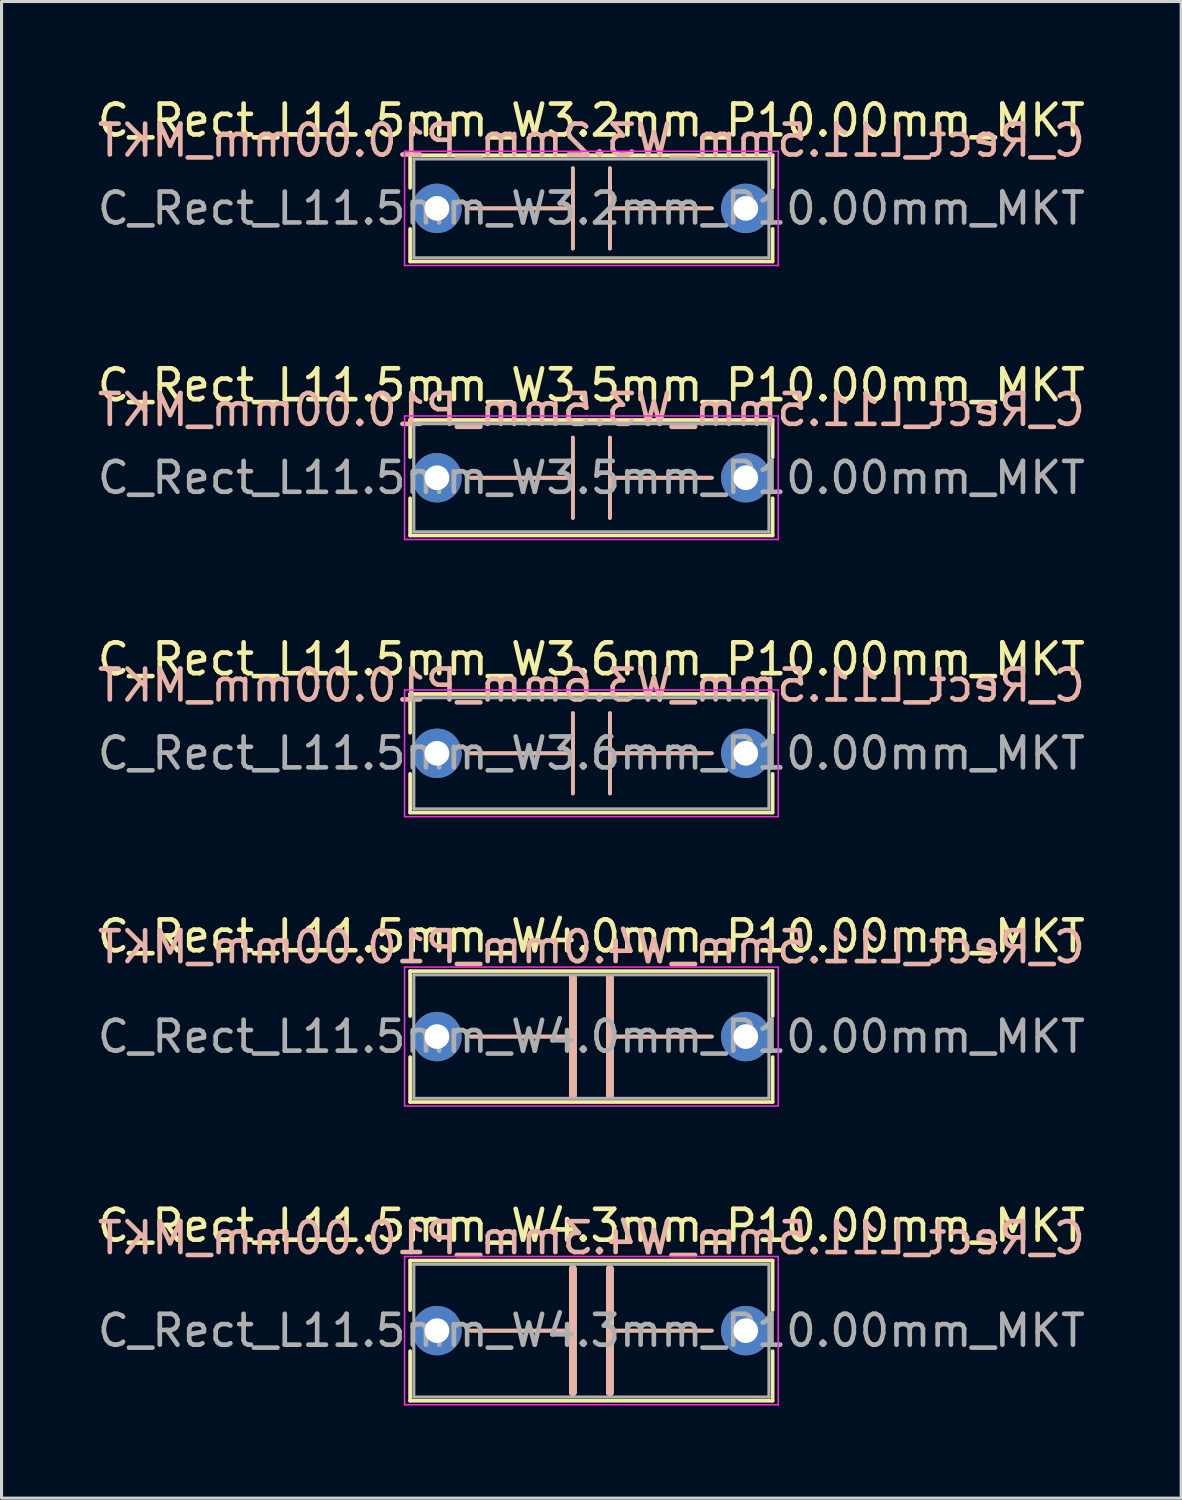
<source format=kicad_pcb>
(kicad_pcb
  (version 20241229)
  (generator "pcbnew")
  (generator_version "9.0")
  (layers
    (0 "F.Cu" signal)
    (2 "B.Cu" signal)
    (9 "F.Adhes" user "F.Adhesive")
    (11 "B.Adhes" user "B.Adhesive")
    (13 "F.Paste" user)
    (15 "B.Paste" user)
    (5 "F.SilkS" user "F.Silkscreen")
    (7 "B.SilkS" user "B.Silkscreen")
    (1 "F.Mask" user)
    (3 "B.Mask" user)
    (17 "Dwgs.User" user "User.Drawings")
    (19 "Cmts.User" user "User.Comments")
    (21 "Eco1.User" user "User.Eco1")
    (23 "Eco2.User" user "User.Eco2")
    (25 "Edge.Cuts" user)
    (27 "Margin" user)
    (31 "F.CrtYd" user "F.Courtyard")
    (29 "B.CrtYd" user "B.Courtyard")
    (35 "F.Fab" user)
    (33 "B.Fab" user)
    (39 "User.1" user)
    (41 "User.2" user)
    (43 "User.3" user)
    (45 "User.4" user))
  (footprint "C_Rect_L11.5mm_W3.5mm_P10.00mm_MKT"
    (layer "F.Cu")
    (at 11.101 12.421)
    (property "Reference" "C_Rect_L11.5mm_W3.5mm_P10.00mm_MKT" (at 5 -3 0) (layer "F.SilkS") (effects (font (size 1 1) (thickness 0.15))))
    (fp_line (start -0.87 -1.87) (end -0.87 -0.665) (stroke (width 0.12) (type solid)) (layer "F.SilkS"))
    (fp_line (start -0.87 -1.87) (end 10.87 -1.87) (stroke (width 0.12) (type solid)) (layer "F.SilkS"))
    (fp_line (start -0.87 0.665) (end -0.87 1.87) (stroke (width 0.12) (type solid)) (layer "F.SilkS"))
    (fp_line (start -0.87 1.87) (end 10.87 1.87) (stroke (width 0.12) (type solid)) (layer "F.SilkS"))
    (fp_line (start 1.1 0) (end 4.4 0) (stroke (width 0.12) (type solid)) (layer "F.SilkS"))
    (fp_line (start 4.4 1.3) (end 4.4 -1.3) (stroke (width 0.12) (type solid)) (layer "F.SilkS"))
    (fp_line (start 5.6 1.3) (end 5.6 -1.3) (stroke (width 0.12) (type solid)) (layer "F.SilkS"))
    (fp_line (start 8.9 0) (end 5.6 0) (stroke (width 0.12) (type solid)) (layer "F.SilkS"))
    (fp_line (start 10.87 -1.87) (end 10.87 -0.665) (stroke (width 0.12) (type solid)) (layer "F.SilkS"))
    (fp_line (start 10.87 0.665) (end 10.87 1.87) (stroke (width 0.12) (type solid)) (layer "F.SilkS"))
    (fp_line (start 1.1 0) (end 4.4 0) (stroke (width 0.12) (type solid)) (layer "B.SilkS"))
    (fp_line (start 4.4 -1.3) (end 4.4 1.3) (stroke (width 0.12) (type solid)) (layer "B.SilkS"))
    (fp_line (start 5.6 -1.3) (end 5.6 1.3) (stroke (width 0.12) (type solid)) (layer "B.SilkS"))
    (fp_line (start 8.9 0) (end 5.6 0) (stroke (width 0.12) (type solid)) (layer "B.SilkS"))
    (fp_line (start -1.05 -2) (end -1.05 2) (stroke (width 0.05) (type solid)) (layer "F.CrtYd"))
    (fp_line (start -1.05 2) (end 11.05 2) (stroke (width 0.05) (type solid)) (layer "F.CrtYd"))
    (fp_line (start 11.05 -2) (end -1.05 -2) (stroke (width 0.05) (type solid)) (layer "F.CrtYd"))
    (fp_line (start 11.05 2) (end 11.05 -2) (stroke (width 0.05) (type solid)) (layer "F.CrtYd"))
    (fp_line (start -0.75 -1.75) (end -0.75 1.75) (stroke (width 0.1) (type solid)) (layer "F.Fab"))
    (fp_line (start -0.75 1.75) (end 10.75 1.75) (stroke (width 0.1) (type solid)) (layer "F.Fab"))
    (fp_line (start 10.75 -1.75) (end -0.75 -1.75) (stroke (width 0.1) (type solid)) (layer "F.Fab"))
    (fp_line (start 10.75 1.75) (end 10.75 -1.75) (stroke (width 0.1) (type solid)) (layer "F.Fab"))
    (fp_text user "${REFERENCE}" (at 5 -2.2 0) (layer "B.SilkS") (effects (font (size 1 1) (thickness 0.15)) (justify mirror)))
    (fp_text user "${REFERENCE}" (at 5 0 0) (layer "F.Fab") (effects (font (size 1 1) (thickness 0.15))))
    (pad "1" thru_hole circle (at 0 0) (size 1.6 1.6) (drill 0.8) (layers "*.Cu" "*.Mask"))
    (pad "2" thru_hole circle (at 10 0) (size 1.6 1.6) (drill 0.8) (layers "*.Cu" "*.Mask")))
  (footprint "C_Rect_L11.5mm_W4.3mm_P10.00mm_MKT"
    (layer "F.Cu")
    (at 11.101 40.041)
    (property "Reference" "C_Rect_L11.5mm_W4.3mm_P10.00mm_MKT" (at 5 -3.4 0) (layer "F.SilkS") (effects (font (size 1 1) (thickness 0.15))))
    (fp_line (start -0.87 -2.27) (end -0.87 -0.665) (stroke (width 0.12) (type solid)) (layer "F.SilkS"))
    (fp_line (start -0.87 -2.27) (end 10.87 -2.27) (stroke (width 0.12) (type solid)) (layer "F.SilkS"))
    (fp_line (start -0.87 0.665) (end -0.87 2.27) (stroke (width 0.12) (type solid)) (layer "F.SilkS"))
    (fp_line (start -0.87 2.27) (end 10.87 2.27) (stroke (width 0.12) (type solid)) (layer "F.SilkS"))
    (fp_line (start 1.1 0) (end 4.4 0) (stroke (width 0.12) (type solid)) (layer "F.SilkS"))
    (fp_line (start 4.4 2) (end 4.4 -2) (stroke (width 0.25) (type solid)) (layer "F.SilkS"))
    (fp_line (start 5.6 2) (end 5.6 -2) (stroke (width 0.25) (type solid)) (layer "F.SilkS"))
    (fp_line (start 8.9 0) (end 5.6 0) (stroke (width 0.12) (type solid)) (layer "F.SilkS"))
    (fp_line (start 10.87 -2.27) (end 10.87 -0.665) (stroke (width 0.12) (type solid)) (layer "F.SilkS"))
    (fp_line (start 10.87 0.665) (end 10.87 2.27) (stroke (width 0.12) (type solid)) (layer "F.SilkS"))
    (fp_line (start 1.1 0) (end 4.4 0) (stroke (width 0.12) (type solid)) (layer "B.SilkS"))
    (fp_line (start 4.4 -2) (end 4.4 2) (stroke (width 0.25) (type solid)) (layer "B.SilkS"))
    (fp_line (start 5.6 -2) (end 5.6 2) (stroke (width 0.25) (type solid)) (layer "B.SilkS"))
    (fp_line (start 8.9 0) (end 5.6 0) (stroke (width 0.12) (type solid)) (layer "B.SilkS"))
    (fp_line (start -1.05 -2.4) (end -1.05 2.4) (stroke (width 0.05) (type solid)) (layer "F.CrtYd"))
    (fp_line (start -1.05 2.4) (end 11.05 2.4) (stroke (width 0.05) (type solid)) (layer "F.CrtYd"))
    (fp_line (start 11.05 -2.4) (end -1.05 -2.4) (stroke (width 0.05) (type solid)) (layer "F.CrtYd"))
    (fp_line (start 11.05 2.4) (end 11.05 -2.4) (stroke (width 0.05) (type solid)) (layer "F.CrtYd"))
    (fp_line (start -0.75 -2.15) (end -0.75 2.15) (stroke (width 0.1) (type solid)) (layer "F.Fab"))
    (fp_line (start -0.75 2.15) (end 10.75 2.15) (stroke (width 0.1) (type solid)) (layer "F.Fab"))
    (fp_line (start 10.75 -2.15) (end -0.75 -2.15) (stroke (width 0.1) (type solid)) (layer "F.Fab"))
    (fp_line (start 10.75 2.15) (end 10.75 -2.15) (stroke (width 0.1) (type solid)) (layer "F.Fab"))
    (fp_text user "${REFERENCE}" (at 5 -3 0) (layer "B.SilkS") (effects (font (size 1 1) (thickness 0.15)) (justify mirror)))
    (fp_text user "${REFERENCE}" (at 5 0 0) (layer "F.Fab") (effects (font (size 1 1) (thickness 0.15))))
    (pad "1" thru_hole circle (at 0 0) (size 1.6 1.6) (drill 0.8) (layers "*.Cu" "*.Mask"))
    (pad "2" thru_hole circle (at 10 0) (size 1.6 1.6) (drill 0.8) (layers "*.Cu" "*.Mask")))
  (footprint "C_Rect_L11.5mm_W3.6mm_P10.00mm_MKT"
    (layer "F.Cu")
    (at 11.101 21.345)
    (property "Reference" "C_Rect_L11.5mm_W3.6mm_P10.00mm_MKT" (at 5 -3.05 0) (layer "F.SilkS") (effects (font (size 1 1) (thickness 0.15))))
    (fp_line (start -0.87 -1.92) (end -0.87 -0.665) (stroke (width 0.12) (type solid)) (layer "F.SilkS"))
    (fp_line (start -0.87 -1.92) (end 10.87 -1.92) (stroke (width 0.12) (type solid)) (layer "F.SilkS"))
    (fp_line (start -0.87 0.665) (end -0.87 1.92) (stroke (width 0.12) (type solid)) (layer "F.SilkS"))
    (fp_line (start -0.87 1.92) (end 10.87 1.92) (stroke (width 0.12) (type solid)) (layer "F.SilkS"))
    (fp_line (start 1.1 0) (end 4.4 0) (stroke (width 0.12) (type solid)) (layer "F.SilkS"))
    (fp_line (start 4.4 1.3) (end 4.4 -1.3) (stroke (width 0.12) (type solid)) (layer "F.SilkS"))
    (fp_line (start 5.6 1.3) (end 5.6 -1.3) (stroke (width 0.12) (type solid)) (layer "F.SilkS"))
    (fp_line (start 8.9 0) (end 5.6 0) (stroke (width 0.12) (type solid)) (layer "F.SilkS"))
    (fp_line (start 10.87 -1.92) (end 10.87 -0.665) (stroke (width 0.12) (type solid)) (layer "F.SilkS"))
    (fp_line (start 10.87 0.665) (end 10.87 1.92) (stroke (width 0.12) (type solid)) (layer "F.SilkS"))
    (fp_line (start 1.1 0) (end 4.4 0) (stroke (width 0.12) (type solid)) (layer "B.SilkS"))
    (fp_line (start 4.4 -1.3) (end 4.4 1.3) (stroke (width 0.12) (type solid)) (layer "B.SilkS"))
    (fp_line (start 5.6 -1.3) (end 5.6 1.3) (stroke (width 0.12) (type solid)) (layer "B.SilkS"))
    (fp_line (start 8.9 0) (end 5.6 0) (stroke (width 0.12) (type solid)) (layer "B.SilkS"))
    (fp_line (start -1.05 -2.05) (end -1.05 2.05) (stroke (width 0.05) (type solid)) (layer "F.CrtYd"))
    (fp_line (start -1.05 2.05) (end 11.05 2.05) (stroke (width 0.05) (type solid)) (layer "F.CrtYd"))
    (fp_line (start 11.05 -2.05) (end -1.05 -2.05) (stroke (width 0.05) (type solid)) (layer "F.CrtYd"))
    (fp_line (start 11.05 2.05) (end 11.05 -2.05) (stroke (width 0.05) (type solid)) (layer "F.CrtYd"))
    (fp_line (start -0.75 -1.8) (end -0.75 1.8) (stroke (width 0.1) (type solid)) (layer "F.Fab"))
    (fp_line (start -0.75 1.8) (end 10.75 1.8) (stroke (width 0.1) (type solid)) (layer "F.Fab"))
    (fp_line (start 10.75 -1.8) (end -0.75 -1.8) (stroke (width 0.1) (type solid)) (layer "F.Fab"))
    (fp_line (start 10.75 1.8) (end 10.75 -1.8) (stroke (width 0.1) (type solid)) (layer "F.Fab"))
    (fp_text user "${REFERENCE}" (at 5 -2.2 0) (layer "B.SilkS") (effects (font (size 1 1) (thickness 0.15)) (justify mirror)))
    (fp_text user "${REFERENCE}" (at 5 0 0) (layer "F.Fab") (effects (font (size 1 1) (thickness 0.15))))
    (pad "1" thru_hole circle (at 0 0) (size 1.6 1.6) (drill 0.8) (layers "*.Cu" "*.Mask"))
    (pad "2" thru_hole circle (at 10 0) (size 1.6 1.6) (drill 0.8) (layers "*.Cu" "*.Mask")))
  (footprint "C_Rect_L11.5mm_W4.0mm_P10.00mm_MKT"
    (layer "F.Cu")
    (at 11.101 30.518)
    (property "Reference" "C_Rect_L11.5mm_W4.0mm_P10.00mm_MKT" (at 5 -3.25 0) (layer "F.SilkS") (effects (font (size 1 1) (thickness 0.15))))
    (fp_line (start -0.87 -2.12) (end -0.87 -0.665) (stroke (width 0.12) (type solid)) (layer "F.SilkS"))
    (fp_line (start -0.87 -2.12) (end 10.87 -2.12) (stroke (width 0.12) (type solid)) (layer "F.SilkS"))
    (fp_line (start -0.87 0.665) (end -0.87 2.12) (stroke (width 0.12) (type solid)) (layer "F.SilkS"))
    (fp_line (start -0.87 2.12) (end 10.87 2.12) (stroke (width 0.12) (type solid)) (layer "F.SilkS"))
    (fp_line (start 1.1 0) (end 4.4 0) (stroke (width 0.12) (type solid)) (layer "F.SilkS"))
    (fp_line (start 4.4 1.9) (end 4.4 -1.9) (stroke (width 0.25) (type solid)) (layer "F.SilkS"))
    (fp_line (start 5.6 1.9) (end 5.6 -1.9) (stroke (width 0.25) (type solid)) (layer "F.SilkS"))
    (fp_line (start 8.9 0) (end 5.6 0) (stroke (width 0.12) (type solid)) (layer "F.SilkS"))
    (fp_line (start 10.87 -2.12) (end 10.87 -0.665) (stroke (width 0.12) (type solid)) (layer "F.SilkS"))
    (fp_line (start 10.87 0.665) (end 10.87 2.12) (stroke (width 0.12) (type solid)) (layer "F.SilkS"))
    (fp_line (start 1.1 0) (end 4.4 0) (stroke (width 0.12) (type solid)) (layer "B.SilkS"))
    (fp_line (start 4.4 -1.9) (end 4.4 1.9) (stroke (width 0.25) (type solid)) (layer "B.SilkS"))
    (fp_line (start 5.6 -1.9) (end 5.6 1.9) (stroke (width 0.25) (type solid)) (layer "B.SilkS"))
    (fp_line (start 8.9 0) (end 5.6 0) (stroke (width 0.12) (type solid)) (layer "B.SilkS"))
    (fp_line (start -1.05 -2.25) (end -1.05 2.25) (stroke (width 0.05) (type solid)) (layer "F.CrtYd"))
    (fp_line (start -1.05 2.25) (end 11.05 2.25) (stroke (width 0.05) (type solid)) (layer "F.CrtYd"))
    (fp_line (start 11.05 -2.25) (end -1.05 -2.25) (stroke (width 0.05) (type solid)) (layer "F.CrtYd"))
    (fp_line (start 11.05 2.25) (end 11.05 -2.25) (stroke (width 0.05) (type solid)) (layer "F.CrtYd"))
    (fp_line (start -0.75 -2) (end -0.75 2) (stroke (width 0.1) (type solid)) (layer "F.Fab"))
    (fp_line (start -0.75 2) (end 10.75 2) (stroke (width 0.1) (type solid)) (layer "F.Fab"))
    (fp_line (start 10.75 -2) (end -0.75 -2) (stroke (width 0.1) (type solid)) (layer "F.Fab"))
    (fp_line (start 10.75 2) (end 10.75 -2) (stroke (width 0.1) (type solid)) (layer "F.Fab"))
    (fp_text user "${REFERENCE}" (at 5 -2.9 0) (layer "B.SilkS") (effects (font (size 1 1) (thickness 0.15)) (justify mirror)))
    (fp_text user "${REFERENCE}" (at 5 0 0) (layer "F.Fab") (effects (font (size 1 1) (thickness 0.15))))
    (pad "1" thru_hole circle (at 0 0) (size 1.6 1.6) (drill 0.8) (layers "*.Cu" "*.Mask"))
    (pad "2" thru_hole circle (at 10 0) (size 1.6 1.6) (drill 0.8) (layers "*.Cu" "*.Mask")))
  (footprint "C_Rect_L11.5mm_W3.2mm_P10.00mm_MKT"
    (layer "F.Cu")
    (at 11.101 3.698)
    (property "Reference" "C_Rect_L11.5mm_W3.2mm_P10.00mm_MKT" (at 5 -2.85 0) (layer "F.SilkS") (effects (font (size 1 1) (thickness 0.15))))
    (fp_line (start -0.87 -1.721) (end -0.87 -0.665) (stroke (width 0.12) (type solid)) (layer "F.SilkS"))
    (fp_line (start -0.87 -1.721) (end 10.87 -1.721) (stroke (width 0.12) (type solid)) (layer "F.SilkS"))
    (fp_line (start -0.87 0.665) (end -0.87 1.721) (stroke (width 0.12) (type solid)) (layer "F.SilkS"))
    (fp_line (start -0.87 1.721) (end 10.87 1.721) (stroke (width 0.12) (type solid)) (layer "F.SilkS"))
    (fp_line (start 1.1 0) (end 4.4 0) (stroke (width 0.12) (type solid)) (layer "F.SilkS"))
    (fp_line (start 4.4 1.3) (end 4.4 -1.3) (stroke (width 0.12) (type solid)) (layer "F.SilkS"))
    (fp_line (start 5.6 1.3) (end 5.6 -1.3) (stroke (width 0.12) (type solid)) (layer "F.SilkS"))
    (fp_line (start 8.9 0) (end 5.6 0) (stroke (width 0.12) (type solid)) (layer "F.SilkS"))
    (fp_line (start 10.87 -1.721) (end 10.87 -0.665) (stroke (width 0.12) (type solid)) (layer "F.SilkS"))
    (fp_line (start 10.87 0.665) (end 10.87 1.721) (stroke (width 0.12) (type solid)) (layer "F.SilkS"))
    (fp_line (start 1.1 0) (end 4.4 0) (stroke (width 0.12) (type solid)) (layer "B.SilkS"))
    (fp_line (start 4.4 -1.3) (end 4.4 1.3) (stroke (width 0.12) (type solid)) (layer "B.SilkS"))
    (fp_line (start 5.6 -1.3) (end 5.6 1.3) (stroke (width 0.12) (type solid)) (layer "B.SilkS"))
    (fp_line (start 8.9 0) (end 5.6 0) (stroke (width 0.12) (type solid)) (layer "B.SilkS"))
    (fp_line (start -1.05 -1.85) (end -1.05 1.85) (stroke (width 0.05) (type solid)) (layer "F.CrtYd"))
    (fp_line (start -1.05 1.85) (end 11.05 1.85) (stroke (width 0.05) (type solid)) (layer "F.CrtYd"))
    (fp_line (start 11.05 -1.85) (end -1.05 -1.85) (stroke (width 0.05) (type solid)) (layer "F.CrtYd"))
    (fp_line (start 11.05 1.85) (end 11.05 -1.85) (stroke (width 0.05) (type solid)) (layer "F.CrtYd"))
    (fp_line (start -0.75 -1.6) (end -0.75 1.6) (stroke (width 0.1) (type solid)) (layer "F.Fab"))
    (fp_line (start -0.75 1.6) (end 10.75 1.6) (stroke (width 0.1) (type solid)) (layer "F.Fab"))
    (fp_line (start 10.75 -1.6) (end -0.75 -1.6) (stroke (width 0.1) (type solid)) (layer "F.Fab"))
    (fp_line (start 10.75 1.6) (end 10.75 -1.6) (stroke (width 0.1) (type solid)) (layer "F.Fab"))
    (fp_text user "${REFERENCE}" (at 5 -2.2 0) (layer "B.SilkS") (effects (font (size 1 1) (thickness 0.15)) (justify mirror)))
    (fp_text user "${REFERENCE}" (at 5 0 0) (layer "F.Fab") (effects (font (size 1 1) (thickness 0.15))))
    (pad "1" thru_hole circle (at 0 0) (size 1.6 1.6) (drill 0.8) (layers "*.Cu" "*.Mask"))
    (pad "2" thru_hole circle (at 10 0) (size 1.6 1.6) (drill 0.8) (layers "*.Cu" "*.Mask")))
  (gr_rect
    (start -3 -3)
    (end 35.202 45.466)
    (stroke (width 0.1) (type default))
    (fill no)
    (layer "Edge.Cuts")))
</source>
